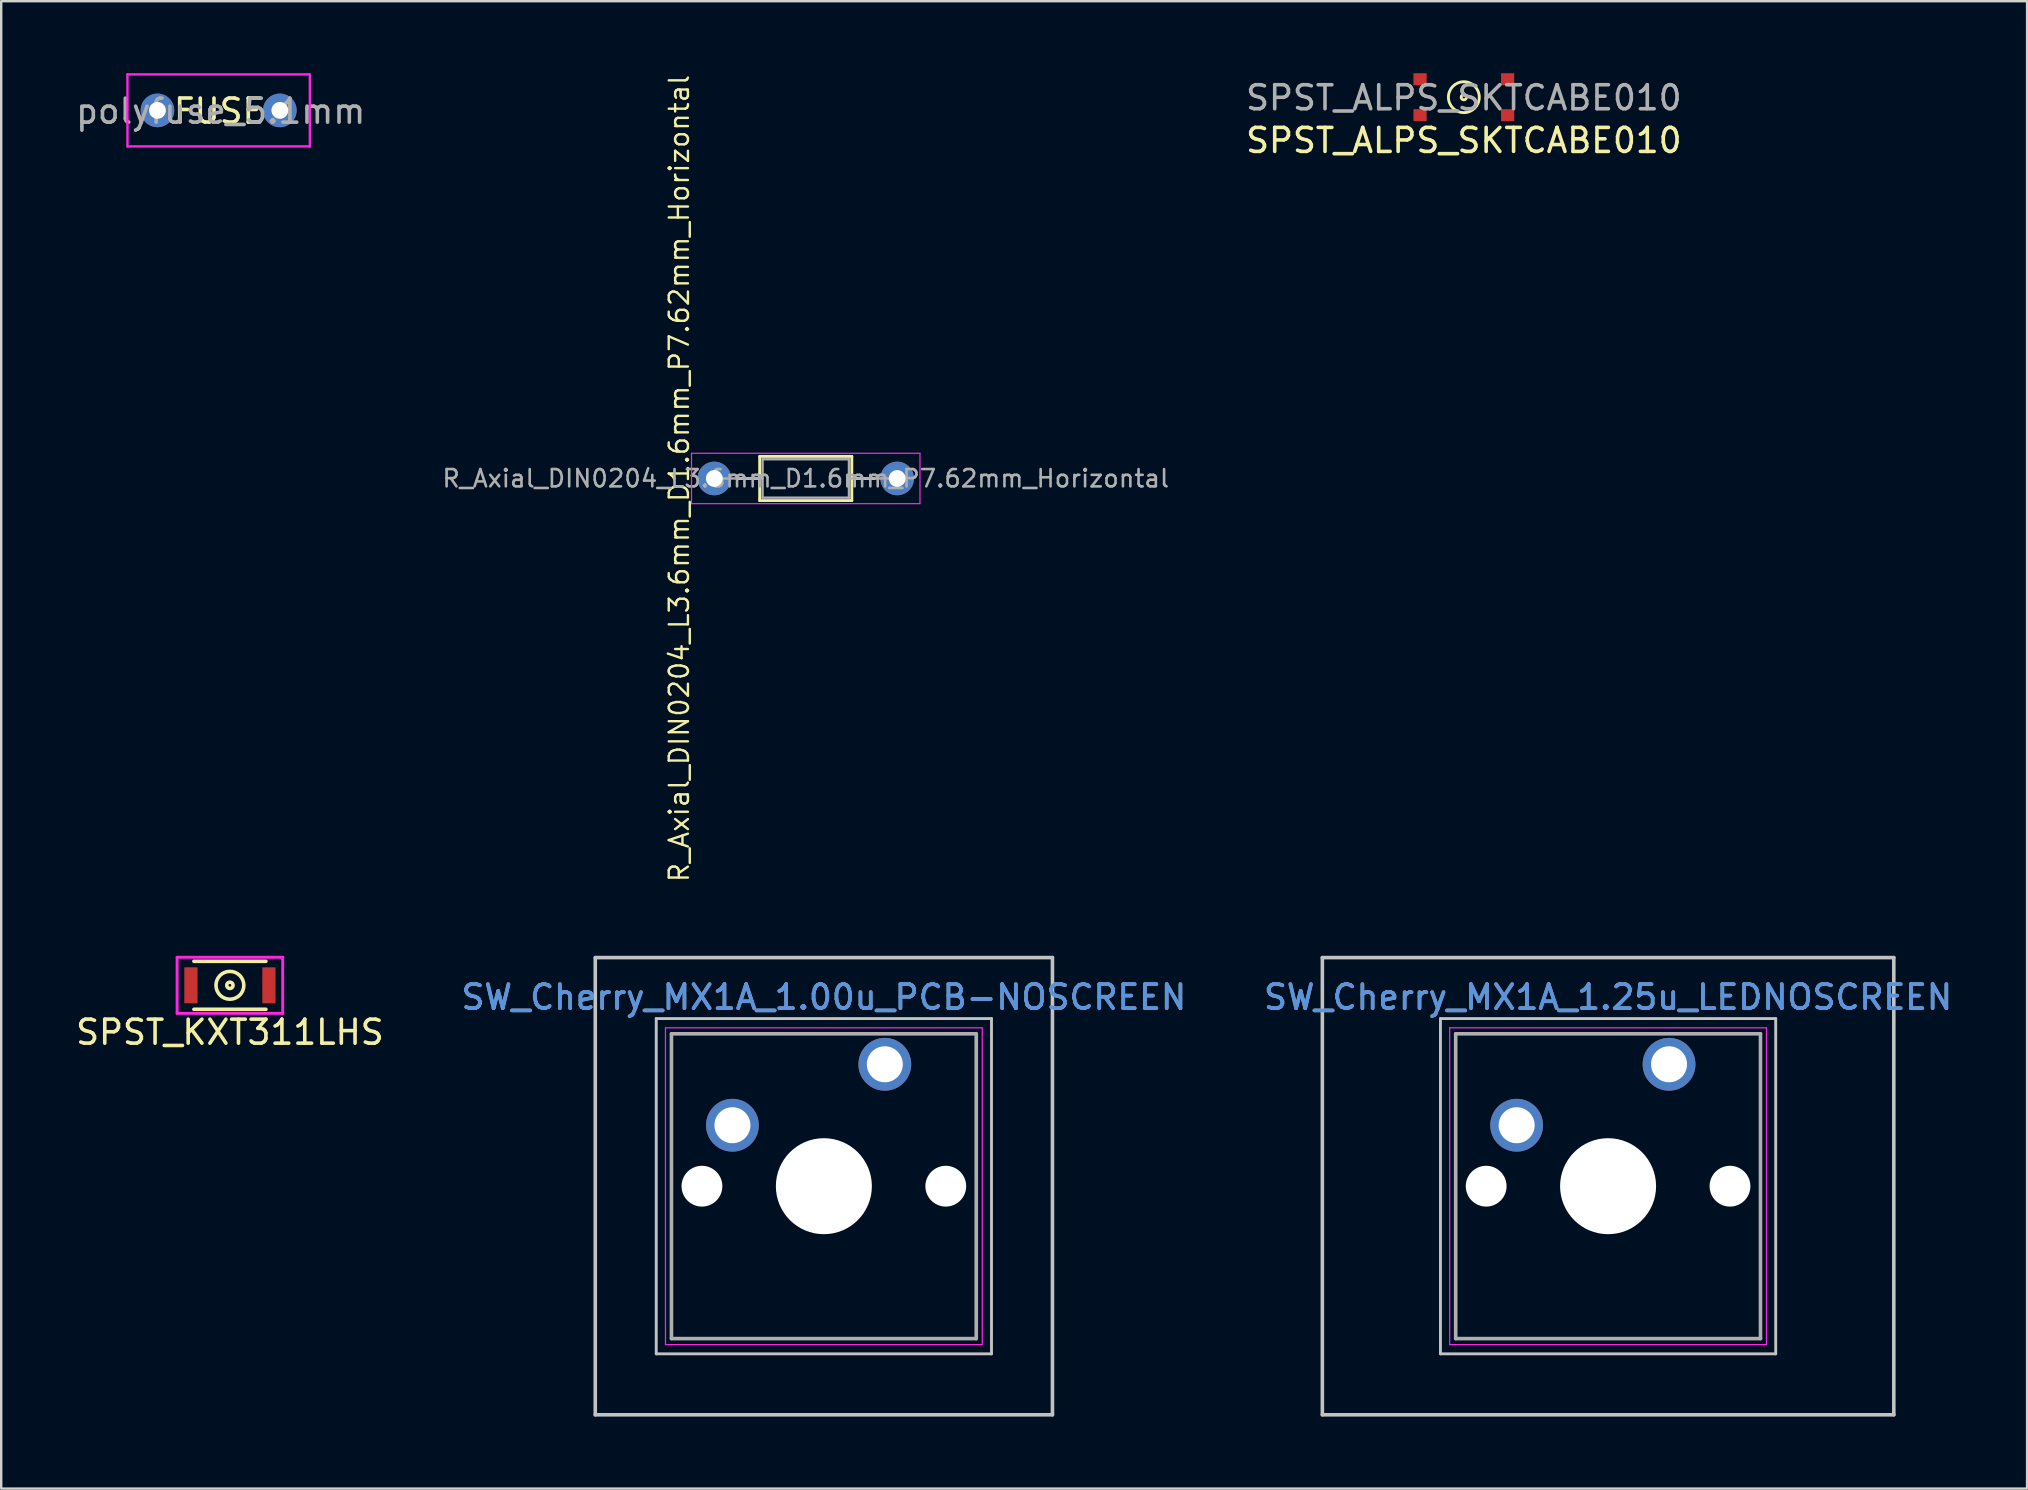
<source format=kicad_pcb>
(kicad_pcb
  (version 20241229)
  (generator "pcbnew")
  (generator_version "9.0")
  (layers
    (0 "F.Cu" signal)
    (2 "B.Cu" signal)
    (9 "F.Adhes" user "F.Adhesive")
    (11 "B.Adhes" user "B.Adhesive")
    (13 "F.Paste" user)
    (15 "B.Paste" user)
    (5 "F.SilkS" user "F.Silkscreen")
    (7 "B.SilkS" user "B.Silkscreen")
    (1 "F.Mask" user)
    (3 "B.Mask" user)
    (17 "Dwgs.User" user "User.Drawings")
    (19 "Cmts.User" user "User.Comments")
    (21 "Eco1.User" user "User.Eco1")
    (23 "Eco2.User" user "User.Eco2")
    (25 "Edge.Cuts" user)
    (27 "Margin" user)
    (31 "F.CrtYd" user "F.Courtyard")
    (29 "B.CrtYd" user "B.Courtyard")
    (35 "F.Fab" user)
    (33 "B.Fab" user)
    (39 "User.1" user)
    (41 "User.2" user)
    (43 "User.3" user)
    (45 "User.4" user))
  (footprint "polyfuse_5.1mm"
    (layer "F.Cu")
    (at 6.061 1.55)
    (property "Reference" "polyfuse_5.1mm" (at 0.087 0.035 0) (layer "F.Fab") (effects (font (size 1 1) (thickness 0.15))))
    (attr through_hole)
    (fp_line (start -3.8 -1.5) (end 3.8 -1.5) (stroke (width 0.1) (type solid)) (layer "F.CrtYd"))
    (fp_line (start -3.8 1.5) (end -3.8 -1.5) (stroke (width 0.1) (type solid)) (layer "F.CrtYd"))
    (fp_line (start 3.8 -1.5) (end 3.8 1.5) (stroke (width 0.1) (type solid)) (layer "F.CrtYd"))
    (fp_line (start 3.8 1.5) (end -3.8 1.5) (stroke (width 0.1) (type solid)) (layer "F.CrtYd"))
    (fp_text user "FUSE" (at 0.02 0.03 0) (layer "F.SilkS") (effects (font (size 1 1) (thickness 0.15))))
    (pad "1" thru_hole circle (at -2.55 0) (size 1.4 1.4) (drill 0.7) (layers "*.Cu" "*.Mask"))
    (pad "2" thru_hole circle (at 2.55 0) (size 1.4 1.4) (drill 0.7) (layers "*.Cu" "*.Mask")))
  (footprint "SPST_KXT311LHS"
    (layer "F.Cu")
    (at 6.53 38.007)
    (property "Reference" "SPST_KXT311LHS" (at 0 1.956 0) (layer "F.SilkS") (effects (font (size 1 1) (thickness 0.15))))
    (attr smd)
    (fp_line (start -1.5 -1) (end 1.5 -1) (stroke (width 0.15) (type solid)) (layer "F.SilkS"))
    (fp_line (start -1.5 1) (end 1.5 1) (stroke (width 0.15) (type solid)) (layer "F.SilkS"))
    (fp_circle (center 0 0) (end 0.025 -0.051) (stroke (width 0.15) (type solid)) (fill no) (layer "F.SilkS"))
    (fp_circle (center 0 0) (end 0.533 -0.229) (stroke (width 0.15) (type solid)) (fill no) (layer "F.SilkS"))
    (fp_line (start -2.2 -1.168) (end 2.2 -1.168) (stroke (width 0.12) (type solid)) (layer "F.CrtYd"))
    (fp_line (start -2.2 1.168) (end -2.2 -1.168) (stroke (width 0.12) (type solid)) (layer "F.CrtYd"))
    (fp_line (start 2.2 -1.168) (end 2.2 1.168) (stroke (width 0.12) (type solid)) (layer "F.CrtYd"))
    (fp_line (start 2.2 1.168) (end -2.2 1.168) (stroke (width 0.12) (type solid)) (layer "F.CrtYd"))
    (pad "1" smd rect (at -1.625 0) (size 0.55 1.5) (layers "F.Cu" "F.Mask" "F.Paste"))
    (pad "2" smd rect (at 1.625 0) (size 0.55 1.5) (layers "F.Cu" "F.Mask" "F.Paste")))
  (footprint "SW_Cherry_MX1A_1.00u_PCB-NOSCREEN"
    (layer "F.Cu")
    (at 33.82 41.298)
    (property "Reference" "SW_Cherry_MX1A_1.00u_PCB-NOSCREEN" (at -2.54 -2.794 0) (layer "Cmts.User") (effects (font (size 1 1) (thickness 0.15))))
    (attr through_hole)
    (fp_line (start -12.065 -4.445) (end 6.985 -4.445) (stroke (width 0.15) (type solid)) (layer "Dwgs.User"))
    (fp_line (start -12.065 14.605) (end -12.065 -4.445) (stroke (width 0.15) (type solid)) (layer "Dwgs.User"))
    (fp_line (start -9.525 -1.905) (end 4.445 -1.905) (stroke (width 0.12) (type solid)) (layer "Dwgs.User"))
    (fp_line (start -9.525 12.065) (end -9.525 -1.905) (stroke (width 0.12) (type solid)) (layer "Dwgs.User"))
    (fp_line (start 4.445 -1.905) (end 4.445 12.065) (stroke (width 0.12) (type solid)) (layer "Dwgs.User"))
    (fp_line (start 4.445 12.065) (end -9.525 12.065) (stroke (width 0.12) (type solid)) (layer "Dwgs.User"))
    (fp_line (start 6.985 -4.445) (end 6.985 14.605) (stroke (width 0.15) (type solid)) (layer "Dwgs.User"))
    (fp_line (start 6.985 14.605) (end -12.065 14.605) (stroke (width 0.15) (type solid)) (layer "Dwgs.User"))
    (fp_line (start -9.14 -1.52) (end 4.06 -1.52) (stroke (width 0.05) (type solid)) (layer "F.CrtYd"))
    (fp_line (start -9.14 11.68) (end -9.14 -1.52) (stroke (width 0.05) (type solid)) (layer "F.CrtYd"))
    (fp_line (start 4.06 -1.52) (end 4.06 11.68) (stroke (width 0.05) (type solid)) (layer "F.CrtYd"))
    (fp_line (start 4.06 11.68) (end -9.14 11.68) (stroke (width 0.05) (type solid)) (layer "F.CrtYd"))
    (fp_line (start -8.89 -1.27) (end 3.81 -1.27) (stroke (width 0.15) (type solid)) (layer "F.Fab"))
    (fp_line (start -8.89 11.43) (end -8.89 -1.27) (stroke (width 0.15) (type solid)) (layer "F.Fab"))
    (fp_line (start 3.81 -1.27) (end 3.81 11.43) (stroke (width 0.15) (type solid)) (layer "F.Fab"))
    (fp_line (start 3.81 11.43) (end -8.89 11.43) (stroke (width 0.15) (type solid)) (layer "F.Fab"))
    (fp_text user "${REFERENCE}" (at -2.54 -2.794 0) (layer "F.Fab") (effects (font (size 1 1) (thickness 0.15))))
    (pad "" np_thru_hole circle (at -7.62 5.08) (size 1.7 1.7) (drill 1.7) (layers "*.Cu" "*.Mask"))
    (pad "" np_thru_hole circle (at -2.54 5.08) (size 4 4) (drill 4) (layers "*.Cu" "*.Mask"))
    (pad "" np_thru_hole circle (at 2.54 5.08) (size 1.7 1.7) (drill 1.7) (layers "*.Cu" "*.Mask"))
    (pad "1" thru_hole circle (at 0 0) (size 2.2 2.2) (drill 1.5) (layers "*.Cu" "*.Mask"))
    (pad "2" thru_hole circle (at -6.35 2.54) (size 2.2 2.2) (drill 1.5) (layers "*.Cu" "*.Mask")))
  (footprint "R_Axial_DIN0204_L3.6mm_D1.6mm_P7.62mm_Horizontal"
    (layer "F.Cu")
    (at 26.715 16.888)
    (property "Reference" "R_Axial_DIN0204_L3.6mm_D1.6mm_P7.62mm_Horizontal" (at -1.464 0.001 270) (layer "F.SilkS") (effects (font (size 0.8 0.8) (thickness 0.1))))
    (attr through_hole)
    (fp_line (start 0.94 0) (end 1.89 0) (stroke (width 0.12) (type solid)) (layer "F.SilkS"))
    (fp_line (start 1.89 -0.92) (end 1.89 0.92) (stroke (width 0.12) (type solid)) (layer "F.SilkS"))
    (fp_line (start 1.89 0.92) (end 5.73 0.92) (stroke (width 0.12) (type solid)) (layer "F.SilkS"))
    (fp_line (start 5.73 -0.92) (end 1.89 -0.92) (stroke (width 0.12) (type solid)) (layer "F.SilkS"))
    (fp_line (start 5.73 0.92) (end 5.73 -0.92) (stroke (width 0.12) (type solid)) (layer "F.SilkS"))
    (fp_line (start 6.68 0) (end 5.73 0) (stroke (width 0.12) (type solid)) (layer "F.SilkS"))
    (fp_line (start -0.95 -1.05) (end -0.95 1.05) (stroke (width 0.05) (type solid)) (layer "F.CrtYd"))
    (fp_line (start -0.95 1.05) (end 8.57 1.05) (stroke (width 0.05) (type solid)) (layer "F.CrtYd"))
    (fp_line (start 8.57 -1.05) (end -0.95 -1.05) (stroke (width 0.05) (type solid)) (layer "F.CrtYd"))
    (fp_line (start 8.57 1.05) (end 8.57 -1.05) (stroke (width 0.05) (type solid)) (layer "F.CrtYd"))
    (fp_line (start 0 0) (end 2.01 0) (stroke (width 0.1) (type solid)) (layer "F.Fab"))
    (fp_line (start 2.01 -0.8) (end 2.01 0.8) (stroke (width 0.1) (type solid)) (layer "F.Fab"))
    (fp_line (start 2.01 0.8) (end 5.61 0.8) (stroke (width 0.1) (type solid)) (layer "F.Fab"))
    (fp_line (start 5.61 -0.8) (end 2.01 -0.8) (stroke (width 0.1) (type solid)) (layer "F.Fab"))
    (fp_line (start 5.61 0.8) (end 5.61 -0.8) (stroke (width 0.1) (type solid)) (layer "F.Fab"))
    (fp_line (start 7.62 0) (end 5.61 0) (stroke (width 0.1) (type solid)) (layer "F.Fab"))
    (fp_text user "${REFERENCE}" (at 3.81 0 0) (layer "F.Fab") (effects (font (size 0.72 0.72) (thickness 0.108))))
    (pad "1" thru_hole circle (at 0 0) (size 1.4 1.4) (drill 0.7) (layers "*.Cu" "*.Mask"))
    (pad "2" thru_hole oval (at 7.62 0) (size 1.4 1.4) (drill 0.7) (layers "*.Cu" "*.Mask")))
  (footprint "SPST_ALPS_SKTCABE010"
    (layer "F.Cu")
    (at 57.948 1)
    (property "Reference" "SPST_ALPS_SKTCABE010" (at 0 1.803 0) (layer "F.SilkS") (effects (font (size 1 1) (thickness 0.15))))
    (attr through_hole)
    (fp_circle (center 0 0) (end 0.051 0) (stroke (width 0.12) (type solid)) (fill no) (layer "F.SilkS"))
    (fp_circle (center 0 0) (end 0.643 0) (stroke (width 0.12) (type solid)) (fill no) (layer "F.SilkS"))
    (fp_text user "${REFERENCE}" (at 0 0.025 0) (layer "F.Fab") (effects (font (size 1 1) (thickness 0.15))))
    (pad "1" smd rect (at -1.825 -0.75) (size 0.55 0.5) (layers "F.Cu" "F.Mask" "F.Paste"))
    (pad "1" smd rect (at 1.825 -0.75) (size 0.55 0.5) (layers "F.Cu" "F.Mask" "F.Paste"))
    (pad "2" smd rect (at -1.825 0.75) (size 0.55 0.5) (layers "F.Cu" "F.Mask" "F.Paste"))
    (pad "2" smd rect (at 1.825 0.75) (size 0.55 0.5) (layers "F.Cu" "F.Mask" "F.Paste")))
  (footprint "SW_Cherry_MX1A_1.25u_LEDNOSCREEN"
    (layer "F.Cu")
    (at 66.498 41.298)
    (property "Reference" "SW_Cherry_MX1A_1.25u_LEDNOSCREEN" (at -2.54 -2.794 0) (layer "Cmts.User") (effects (font (size 1 1) (thickness 0.15))))
    (attr through_hole)
    (fp_line (start -14.446 -4.445) (end 9.366 -4.445) (stroke (width 0.15) (type solid)) (layer "Dwgs.User"))
    (fp_line (start -14.446 14.605) (end -14.446 -4.445) (stroke (width 0.15) (type solid)) (layer "Dwgs.User"))
    (fp_line (start -9.525 -1.905) (end 4.445 -1.905) (stroke (width 0.12) (type solid)) (layer "Dwgs.User"))
    (fp_line (start -9.525 12.065) (end -9.525 -1.905) (stroke (width 0.12) (type solid)) (layer "Dwgs.User"))
    (fp_line (start 4.445 -1.905) (end 4.445 12.065) (stroke (width 0.12) (type solid)) (layer "Dwgs.User"))
    (fp_line (start 4.445 12.065) (end -9.525 12.065) (stroke (width 0.12) (type solid)) (layer "Dwgs.User"))
    (fp_line (start 9.366 -4.445) (end 9.366 14.605) (stroke (width 0.15) (type solid)) (layer "Dwgs.User"))
    (fp_line (start 9.366 14.605) (end -14.446 14.605) (stroke (width 0.15) (type solid)) (layer "Dwgs.User"))
    (fp_line (start -9.14 -1.52) (end 4.06 -1.52) (stroke (width 0.05) (type solid)) (layer "F.CrtYd"))
    (fp_line (start -9.14 11.68) (end -9.14 -1.52) (stroke (width 0.05) (type solid)) (layer "F.CrtYd"))
    (fp_line (start 4.06 -1.52) (end 4.06 11.68) (stroke (width 0.05) (type solid)) (layer "F.CrtYd"))
    (fp_line (start 4.06 11.68) (end -9.14 11.68) (stroke (width 0.05) (type solid)) (layer "F.CrtYd"))
    (fp_line (start -8.89 -1.27) (end 3.81 -1.27) (stroke (width 0.15) (type solid)) (layer "F.Fab"))
    (fp_line (start -8.89 11.43) (end -8.89 -1.27) (stroke (width 0.15) (type solid)) (layer "F.Fab"))
    (fp_line (start 3.81 -1.27) (end 3.81 11.43) (stroke (width 0.15) (type solid)) (layer "F.Fab"))
    (fp_line (start 3.81 11.43) (end -8.89 11.43) (stroke (width 0.15) (type solid)) (layer "F.Fab"))
    (fp_text user "${REFERENCE}" (at -2.54 -2.794 0) (layer "F.Fab") (effects (font (size 1 1) (thickness 0.15))))
    (pad "" np_thru_hole circle (at -7.62 5.08) (size 1.7 1.7) (drill 1.7) (layers "*.Cu" "*.Mask"))
    (pad "" np_thru_hole circle (at -2.54 5.08) (size 4 4) (drill 4) (layers "*.Cu" "*.Mask"))
    (pad "" np_thru_hole circle (at 2.54 5.08) (size 1.7 1.7) (drill 1.7) (layers "*.Cu" "*.Mask"))
    (pad "1" thru_hole circle (at 0 0) (size 2.2 2.2) (drill 1.5) (layers "*.Cu" "*.Mask"))
    (pad "2" thru_hole circle (at -6.35 2.54) (size 2.2 2.2) (drill 1.5) (layers "*.Cu" "*.Mask")))
  (gr_rect
    (start -3 -3)
    (end 81.417 58.978)
    (stroke (width 0.1) (type default))
    (fill no)
    (layer "Edge.Cuts")))
</source>
